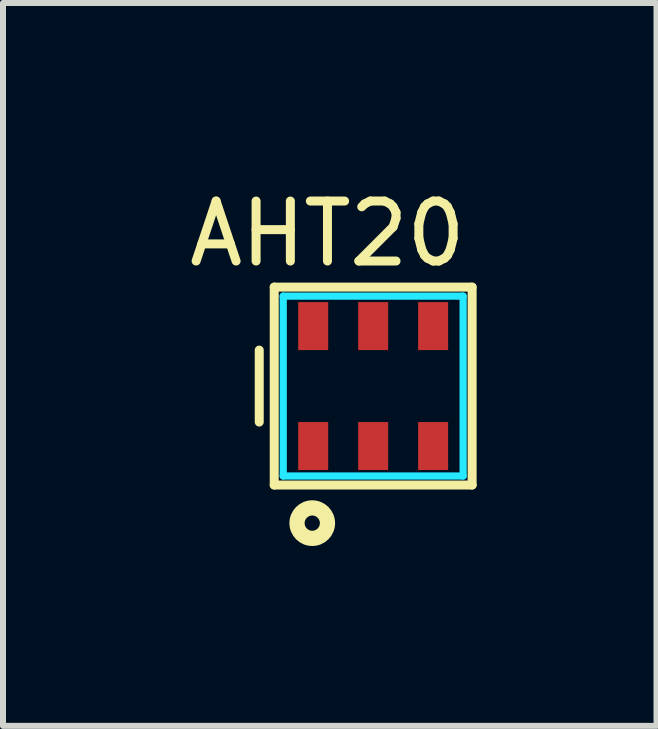
<source format=kicad_pcb>
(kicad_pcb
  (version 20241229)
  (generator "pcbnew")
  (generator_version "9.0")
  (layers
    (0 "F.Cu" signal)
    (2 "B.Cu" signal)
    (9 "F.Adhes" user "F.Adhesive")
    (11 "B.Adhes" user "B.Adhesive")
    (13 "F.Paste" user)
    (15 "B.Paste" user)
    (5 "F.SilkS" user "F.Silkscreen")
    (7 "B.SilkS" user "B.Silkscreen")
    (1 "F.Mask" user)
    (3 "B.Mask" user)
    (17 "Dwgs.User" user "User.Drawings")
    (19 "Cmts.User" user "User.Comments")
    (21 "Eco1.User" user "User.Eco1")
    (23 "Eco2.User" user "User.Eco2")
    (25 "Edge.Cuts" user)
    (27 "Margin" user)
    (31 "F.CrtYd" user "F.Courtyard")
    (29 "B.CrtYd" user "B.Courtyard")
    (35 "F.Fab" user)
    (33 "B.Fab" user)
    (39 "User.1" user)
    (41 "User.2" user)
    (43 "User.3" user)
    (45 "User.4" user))
  (footprint "AHT20"
    (layer "F.Cu")
    (at 3.173 3.388)
    (property "Reference" "AHT20" (at -0.762 -2.54 0) (layer "F.SilkS") (effects (font (size 1 1) (thickness 0.15))))
    (attr smd)
    (fp_line (start -1.9 0.6) (end -1.9 -0.6) (stroke (width 0.15) (type solid)) (layer "F.SilkS"))
    (fp_line (start -1.65 -1.65) (end 1.65 -1.65) (stroke (width 0.15) (type solid)) (layer "F.SilkS"))
    (fp_line (start -1.65 1.65) (end -1.65 -1.65) (stroke (width 0.15) (type solid)) (layer "F.SilkS"))
    (fp_line (start 1.65 -1.65) (end 1.65 1.65) (stroke (width 0.15) (type solid)) (layer "F.SilkS"))
    (fp_line (start 1.65 1.65) (end -1.65 1.65) (stroke (width 0.15) (type solid)) (layer "F.SilkS"))
    (fp_circle (center -1.016 2.286) (end -0.762 2.286) (stroke (width 0.254) (type solid)) (fill no) (layer "F.SilkS"))
    (fp_line (start -1.5 -1.5) (end 1.5 -1.5) (stroke (width 0.12) (type solid)) (layer "B.CrtYd"))
    (fp_line (start -1.5 1.5) (end -1.5 -1.5) (stroke (width 0.12) (type solid)) (layer "B.CrtYd"))
    (fp_line (start 1.5 -1.5) (end 1.5 1.5) (stroke (width 0.12) (type solid)) (layer "B.CrtYd"))
    (fp_line (start 1.5 1.5) (end -1.5 1.5) (stroke (width 0.12) (type solid)) (layer "B.CrtYd"))
    (pad "1" smd rect (at -1 1 90) (size 0.8 0.5) (layers "F.Cu" "F.Mask" "F.Paste"))
    (pad "2" smd rect (at 0 1 90) (size 0.8 0.5) (layers "F.Cu" "F.Mask" "F.Paste"))
    (pad "3" smd rect (at 1 1 90) (size 0.8 0.5) (layers "F.Cu" "F.Mask" "F.Paste"))
    (pad "4" smd rect (at 1 -1 90) (size 0.8 0.5) (layers "F.Cu" "F.Mask" "F.Paste"))
    (pad "5" smd rect (at 0 -1 90) (size 0.8 0.5) (layers "F.Cu" "F.Mask" "F.Paste"))
    (pad "6" smd rect (at -1 -1 90) (size 0.8 0.5) (layers "F.Cu" "F.Mask" "F.Paste")))
  (gr_rect
    (start -3 -3)
    (end 7.898 9.055)
    (stroke (width 0.1) (type default))
    (fill no)
    (layer "Edge.Cuts")))
</source>
